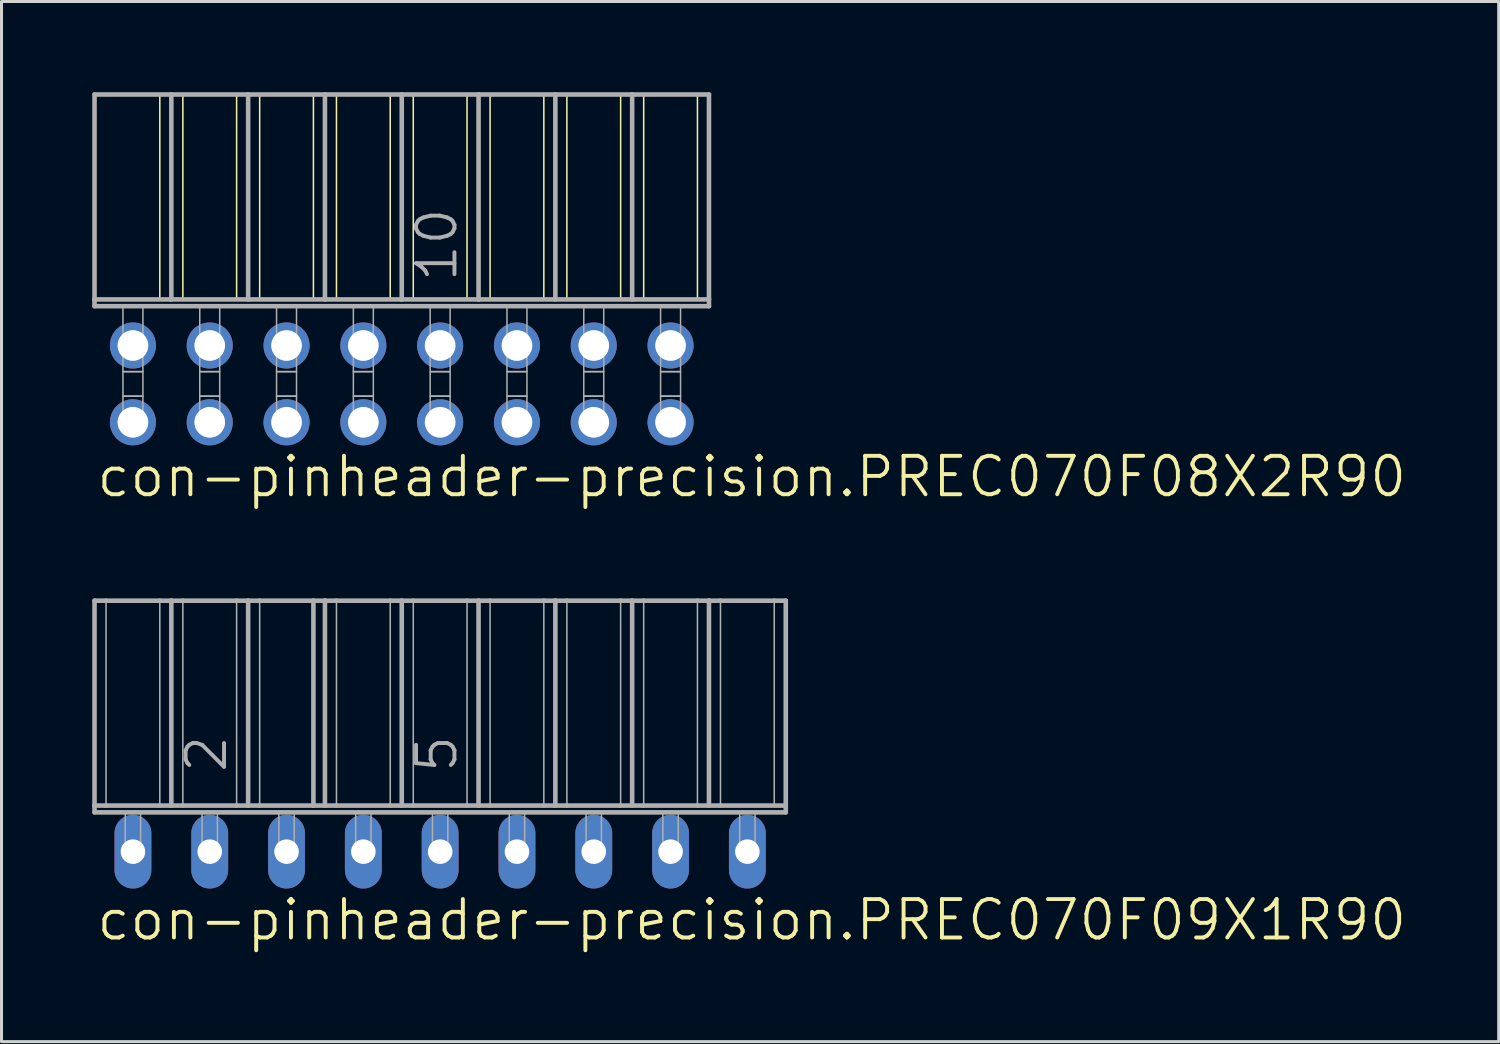
<source format=kicad_pcb>
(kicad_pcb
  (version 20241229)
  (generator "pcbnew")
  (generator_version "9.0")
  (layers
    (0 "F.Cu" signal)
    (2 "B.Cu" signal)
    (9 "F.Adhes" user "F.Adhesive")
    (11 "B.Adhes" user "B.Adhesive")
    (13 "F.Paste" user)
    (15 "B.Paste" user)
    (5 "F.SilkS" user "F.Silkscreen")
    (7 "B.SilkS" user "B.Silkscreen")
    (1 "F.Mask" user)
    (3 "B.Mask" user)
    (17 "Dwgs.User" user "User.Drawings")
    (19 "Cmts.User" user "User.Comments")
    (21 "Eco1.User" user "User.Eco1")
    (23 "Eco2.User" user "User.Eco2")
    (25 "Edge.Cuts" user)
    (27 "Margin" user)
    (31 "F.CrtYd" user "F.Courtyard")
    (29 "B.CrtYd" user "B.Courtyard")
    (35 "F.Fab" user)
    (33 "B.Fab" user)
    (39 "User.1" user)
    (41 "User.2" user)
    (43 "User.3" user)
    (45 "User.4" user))
  (footprint "con-pinheader-precision.PREC070F09X1R90"
    (layer "F.Cu")
    (at 11.506 25.115)
    (property "Reference" "con-pinheader-precision.PREC070F09X1R90" (at -11.43 3 0) (layer "F.SilkS") (effects (font (size 1.27 1.27) (thickness 0.13)) (justify left bottom)))
    (attr through_hole)
    (fp_line (start -11.43 -8.3) (end -11.43 -1.524) (stroke (width 0.152) (type default)) (layer "F.Fab"))
    (fp_line (start -11.43 -8.3) (end -11.049 -8.3) (stroke (width 0.152) (type default)) (layer "F.Fab"))
    (fp_line (start -11.43 -1.524) (end -11.049 -1.524) (stroke (width 0.152) (type default)) (layer "F.Fab"))
    (fp_line (start -11.43 -1.3) (end -11.43 -1.524) (stroke (width 0.152) (type default)) (layer "F.Fab"))
    (fp_line (start -11.43 -1.3) (end 11.43 -1.3) (stroke (width 0.152) (type default)) (layer "F.Fab"))
    (fp_line (start -11.049 -8.3) (end -11.049 -1.524) (stroke (width 0.051) (type default)) (layer "F.Fab"))
    (fp_line (start -11.049 -8.3) (end -9.271 -8.3) (stroke (width 0.152) (type default)) (layer "F.Fab"))
    (fp_line (start -11.049 -1.524) (end -9.271 -1.524) (stroke (width 0.152) (type default)) (layer "F.Fab"))
    (fp_line (start -9.271 -8.3) (end -9.271 -1.524) (stroke (width 0.051) (type default)) (layer "F.Fab"))
    (fp_line (start -9.271 -8.3) (end -8.89 -8.3) (stroke (width 0.152) (type default)) (layer "F.Fab"))
    (fp_line (start -9.271 -1.524) (end -8.89 -1.524) (stroke (width 0.152) (type default)) (layer "F.Fab"))
    (fp_line (start -8.89 -8.3) (end -8.509 -8.3) (stroke (width 0.152) (type default)) (layer "F.Fab"))
    (fp_line (start -8.89 -1.524) (end -8.89 -8.3) (stroke (width 0.152) (type default)) (layer "F.Fab"))
    (fp_line (start -8.89 -1.524) (end -8.509 -1.524) (stroke (width 0.152) (type default)) (layer "F.Fab"))
    (fp_line (start -8.509 -8.3) (end -8.509 -1.524) (stroke (width 0.051) (type default)) (layer "F.Fab"))
    (fp_line (start -8.509 -8.3) (end -6.731 -8.3) (stroke (width 0.152) (type default)) (layer "F.Fab"))
    (fp_line (start -8.509 -1.524) (end -6.731 -1.524) (stroke (width 0.152) (type default)) (layer "F.Fab"))
    (fp_line (start -6.731 -8.3) (end -6.731 -1.524) (stroke (width 0.051) (type default)) (layer "F.Fab"))
    (fp_line (start -6.731 -8.3) (end -6.35 -8.3) (stroke (width 0.152) (type default)) (layer "F.Fab"))
    (fp_line (start -6.731 -1.524) (end -6.35 -1.524) (stroke (width 0.152) (type default)) (layer "F.Fab"))
    (fp_line (start -6.35 -8.3) (end -6.35 -1.524) (stroke (width 0.152) (type default)) (layer "F.Fab"))
    (fp_line (start -6.35 -8.3) (end -5.969 -8.3) (stroke (width 0.152) (type default)) (layer "F.Fab"))
    (fp_line (start -6.35 -1.524) (end -5.969 -1.524) (stroke (width 0.152) (type default)) (layer "F.Fab"))
    (fp_line (start -5.969 -8.3) (end -5.969 -1.524) (stroke (width 0.051) (type default)) (layer "F.Fab"))
    (fp_line (start -5.969 -8.3) (end -4.191 -8.3) (stroke (width 0.152) (type default)) (layer "F.Fab"))
    (fp_line (start -5.969 -1.524) (end -4.191 -1.524) (stroke (width 0.152) (type default)) (layer "F.Fab"))
    (fp_line (start -4.191 -8.3) (end -4.191 -1.524) (stroke (width 0.152) (type default)) (layer "F.Fab"))
    (fp_line (start -4.191 -8.3) (end -3.81 -8.3) (stroke (width 0.152) (type default)) (layer "F.Fab"))
    (fp_line (start -4.191 -1.524) (end -3.81 -1.524) (stroke (width 0.152) (type default)) (layer "F.Fab"))
    (fp_line (start -3.81 -8.3) (end -3.81 -1.524) (stroke (width 0.152) (type default)) (layer "F.Fab"))
    (fp_line (start -3.81 -8.3) (end -3.429 -8.3) (stroke (width 0.152) (type default)) (layer "F.Fab"))
    (fp_line (start -3.81 -1.524) (end -3.429 -1.524) (stroke (width 0.152) (type default)) (layer "F.Fab"))
    (fp_line (start -3.429 -8.3) (end -3.429 -1.524) (stroke (width 0.051) (type default)) (layer "F.Fab"))
    (fp_line (start -3.429 -8.3) (end -1.651 -8.3) (stroke (width 0.152) (type default)) (layer "F.Fab"))
    (fp_line (start -3.429 -1.524) (end -1.651 -1.524) (stroke (width 0.152) (type default)) (layer "F.Fab"))
    (fp_line (start -1.651 -8.3) (end -1.651 -1.524) (stroke (width 0.051) (type default)) (layer "F.Fab"))
    (fp_line (start -1.651 -8.3) (end -1.27 -8.3) (stroke (width 0.152) (type default)) (layer "F.Fab"))
    (fp_line (start -1.651 -1.524) (end -1.27 -1.524) (stroke (width 0.152) (type default)) (layer "F.Fab"))
    (fp_line (start -1.27 -8.3) (end -1.27 -1.524) (stroke (width 0.152) (type default)) (layer "F.Fab"))
    (fp_line (start -1.27 -8.3) (end -0.889 -8.3) (stroke (width 0.152) (type default)) (layer "F.Fab"))
    (fp_line (start -1.27 -1.524) (end -0.889 -1.524) (stroke (width 0.152) (type default)) (layer "F.Fab"))
    (fp_line (start -0.889 -8.3) (end -0.889 -1.524) (stroke (width 0.051) (type default)) (layer "F.Fab"))
    (fp_line (start -0.889 -8.3) (end 0.889 -8.3) (stroke (width 0.152) (type default)) (layer "F.Fab"))
    (fp_line (start -0.889 -1.524) (end 0.889 -1.524) (stroke (width 0.152) (type default)) (layer "F.Fab"))
    (fp_line (start 0.889 -8.3) (end 0.889 -1.524) (stroke (width 0.051) (type default)) (layer "F.Fab"))
    (fp_line (start 0.889 -8.3) (end 1.27 -8.3) (stroke (width 0.152) (type default)) (layer "F.Fab"))
    (fp_line (start 0.889 -1.524) (end 1.27 -1.524) (stroke (width 0.152) (type default)) (layer "F.Fab"))
    (fp_line (start 1.27 -8.3) (end 1.27 -1.524) (stroke (width 0.152) (type default)) (layer "F.Fab"))
    (fp_line (start 1.27 -8.3) (end 1.651 -8.3) (stroke (width 0.152) (type default)) (layer "F.Fab"))
    (fp_line (start 1.27 -1.524) (end 1.651 -1.524) (stroke (width 0.152) (type default)) (layer "F.Fab"))
    (fp_line (start 1.651 -8.3) (end 1.651 -1.524) (stroke (width 0.051) (type default)) (layer "F.Fab"))
    (fp_line (start 1.651 -8.3) (end 3.429 -8.3) (stroke (width 0.152) (type default)) (layer "F.Fab"))
    (fp_line (start 1.651 -1.524) (end 3.429 -1.524) (stroke (width 0.152) (type default)) (layer "F.Fab"))
    (fp_line (start 3.429 -8.3) (end 3.429 -1.524) (stroke (width 0.051) (type default)) (layer "F.Fab"))
    (fp_line (start 3.429 -8.3) (end 3.81 -8.3) (stroke (width 0.152) (type default)) (layer "F.Fab"))
    (fp_line (start 3.429 -1.524) (end 3.81 -1.524) (stroke (width 0.152) (type default)) (layer "F.Fab"))
    (fp_line (start 3.81 -8.3) (end 3.81 -1.524) (stroke (width 0.152) (type default)) (layer "F.Fab"))
    (fp_line (start 3.81 -8.3) (end 4.191 -8.3) (stroke (width 0.152) (type default)) (layer "F.Fab"))
    (fp_line (start 3.81 -1.524) (end 4.191 -1.524) (stroke (width 0.152) (type default)) (layer "F.Fab"))
    (fp_line (start 4.191 -8.3) (end 4.191 -1.524) (stroke (width 0.051) (type default)) (layer "F.Fab"))
    (fp_line (start 4.191 -8.3) (end 5.969 -8.3) (stroke (width 0.152) (type default)) (layer "F.Fab"))
    (fp_line (start 4.191 -1.524) (end 5.969 -1.524) (stroke (width 0.152) (type default)) (layer "F.Fab"))
    (fp_line (start 5.969 -8.3) (end 5.969 -1.524) (stroke (width 0.051) (type default)) (layer "F.Fab"))
    (fp_line (start 5.969 -8.3) (end 6.35 -8.3) (stroke (width 0.152) (type default)) (layer "F.Fab"))
    (fp_line (start 5.969 -1.524) (end 6.35 -1.524) (stroke (width 0.152) (type default)) (layer "F.Fab"))
    (fp_line (start 6.35 -8.3) (end 6.35 -1.524) (stroke (width 0.152) (type default)) (layer "F.Fab"))
    (fp_line (start 6.35 -8.3) (end 6.731 -8.3) (stroke (width 0.152) (type default)) (layer "F.Fab"))
    (fp_line (start 6.35 -1.524) (end 6.731 -1.524) (stroke (width 0.152) (type default)) (layer "F.Fab"))
    (fp_line (start 6.731 -8.3) (end 6.731 -1.524) (stroke (width 0.051) (type default)) (layer "F.Fab"))
    (fp_line (start 6.731 -8.3) (end 8.509 -8.3) (stroke (width 0.152) (type default)) (layer "F.Fab"))
    (fp_line (start 6.731 -1.524) (end 8.509 -1.524) (stroke (width 0.152) (type default)) (layer "F.Fab"))
    (fp_line (start 8.509 -8.3) (end 8.509 -1.524) (stroke (width 0.051) (type default)) (layer "F.Fab"))
    (fp_line (start 8.509 -8.3) (end 8.89 -8.3) (stroke (width 0.152) (type default)) (layer "F.Fab"))
    (fp_line (start 8.509 -1.524) (end 8.89 -1.524) (stroke (width 0.152) (type default)) (layer "F.Fab"))
    (fp_line (start 8.89 -8.3) (end 8.89 -1.524) (stroke (width 0.152) (type default)) (layer "F.Fab"))
    (fp_line (start 8.89 -8.3) (end 9.271 -8.3) (stroke (width 0.152) (type default)) (layer "F.Fab"))
    (fp_line (start 8.89 -1.524) (end 9.271 -1.524) (stroke (width 0.152) (type default)) (layer "F.Fab"))
    (fp_line (start 9.271 -8.3) (end 9.271 -1.524) (stroke (width 0.051) (type default)) (layer "F.Fab"))
    (fp_line (start 9.271 -8.3) (end 11.049 -8.3) (stroke (width 0.152) (type default)) (layer "F.Fab"))
    (fp_line (start 9.271 -1.524) (end 11.43 -1.524) (stroke (width 0.152) (type default)) (layer "F.Fab"))
    (fp_line (start 11.049 -8.3) (end 11.049 -1.524) (stroke (width 0.051) (type default)) (layer "F.Fab"))
    (fp_line (start 11.049 -8.3) (end 11.43 -8.3) (stroke (width 0.152) (type default)) (layer "F.Fab"))
    (fp_line (start 11.43 -8.3) (end 11.43 -1.524) (stroke (width 0.152) (type default)) (layer "F.Fab"))
    (fp_line (start 11.43 -1.524) (end 11.43 -1.3) (stroke (width 0.152) (type default)) (layer "F.Fab"))
    (fp_rect (start -10.414 0) (end -9.906 -1.3) (stroke (width 0.05) (type default)) (fill no) (layer "F.Fab"))
    (fp_rect (start -7.874 0) (end -7.366 -1.3) (stroke (width 0.05) (type default)) (fill no) (layer "F.Fab"))
    (fp_rect (start -5.334 0) (end -4.826 -1.3) (stroke (width 0.05) (type default)) (fill no) (layer "F.Fab"))
    (fp_rect (start -2.794 0) (end -2.286 -1.3) (stroke (width 0.05) (type default)) (fill no) (layer "F.Fab"))
    (fp_rect (start -0.254 0) (end 0.254 -1.3) (stroke (width 0.05) (type default)) (fill no) (layer "F.Fab"))
    (fp_rect (start 2.286 0) (end 2.794 -1.3) (stroke (width 0.05) (type default)) (fill no) (layer "F.Fab"))
    (fp_rect (start 4.826 0) (end 5.334 -1.3) (stroke (width 0.05) (type default)) (fill no) (layer "F.Fab"))
    (fp_rect (start 7.366 0) (end 7.874 -1.3) (stroke (width 0.05) (type default)) (fill no) (layer "F.Fab"))
    (fp_rect (start 9.906 0) (end 10.414 -1.3) (stroke (width 0.05) (type default)) (fill no) (layer "F.Fab"))
    (fp_text user "2" (at -6.985 -2.54 90) (layer "F.Fab") (effects (font (size 1.27 1.27) (thickness 0.13)) (justify left bottom)))
    (fp_text user "5" (at 0.635 -2.54 90) (layer "F.Fab") (effects (font (size 1.27 1.27) (thickness 0.13)) (justify left bottom)))
    (pad "1" thru_hole oval (at -10.16 0 90) (size 2.438 1.219) (drill 0.813) (layers "*.Cu" "*.Mask"))
    (pad "2" thru_hole oval (at -7.62 0 90) (size 2.438 1.219) (drill 0.813) (layers "*.Cu" "*.Mask"))
    (pad "3" thru_hole oval (at -5.08 0 90) (size 2.438 1.219) (drill 0.813) (layers "*.Cu" "*.Mask"))
    (pad "4" thru_hole oval (at -2.54 0 90) (size 2.438 1.219) (drill 0.813) (layers "*.Cu" "*.Mask"))
    (pad "5" thru_hole oval (at 0 0 90) (size 2.438 1.219) (drill 0.813) (layers "*.Cu" "*.Mask"))
    (pad "6" thru_hole oval (at 2.54 0 90) (size 2.438 1.219) (drill 0.813) (layers "*.Cu" "*.Mask"))
    (pad "7" thru_hole oval (at 5.08 0 90) (size 2.438 1.219) (drill 0.813) (layers "*.Cu" "*.Mask"))
    (pad "8" thru_hole oval (at 7.62 0 90) (size 2.438 1.219) (drill 0.813) (layers "*.Cu" "*.Mask"))
    (pad "9" thru_hole oval (at 10.16 0 90) (size 2.438 1.219) (drill 0.813) (layers "*.Cu" "*.Mask")))
  (footprint "con-pinheader-precision.PREC070F08X2R90"
    (layer "F.Cu")
    (at 10.236 9.646)
    (property "Reference" "con-pinheader-precision.PREC070F08X2R90" (at -10.16 3.81 0) (layer "F.SilkS") (effects (font (size 1.27 1.27) (thickness 0.13)) (justify left bottom)))
    (attr through_hole)
    (fp_line (start -8.001 -9.57) (end -8.001 -2.794) (stroke (width 0.051) (type default)) (layer "F.SilkS"))
    (fp_line (start -7.239 -9.57) (end -7.239 -2.794) (stroke (width 0.051) (type default)) (layer "F.SilkS"))
    (fp_line (start -5.461 -9.57) (end -5.461 -2.794) (stroke (width 0.051) (type default)) (layer "F.SilkS"))
    (fp_line (start -4.699 -9.57) (end -4.699 -2.794) (stroke (width 0.051) (type default)) (layer "F.SilkS"))
    (fp_line (start -2.921 -9.57) (end -2.921 -2.794) (stroke (width 0.051) (type default)) (layer "F.SilkS"))
    (fp_line (start -2.159 -9.57) (end -2.159 -2.794) (stroke (width 0.051) (type default)) (layer "F.SilkS"))
    (fp_line (start -0.381 -9.57) (end -0.381 -2.794) (stroke (width 0.051) (type default)) (layer "F.SilkS"))
    (fp_line (start 0.381 -9.57) (end 0.381 -2.794) (stroke (width 0.051) (type default)) (layer "F.SilkS"))
    (fp_line (start 2.159 -9.57) (end 2.159 -2.794) (stroke (width 0.051) (type default)) (layer "F.SilkS"))
    (fp_line (start 2.921 -9.57) (end 2.921 -2.794) (stroke (width 0.051) (type default)) (layer "F.SilkS"))
    (fp_line (start 4.699 -9.57) (end 4.699 -2.794) (stroke (width 0.051) (type default)) (layer "F.SilkS"))
    (fp_line (start 5.461 -9.57) (end 5.461 -2.794) (stroke (width 0.051) (type default)) (layer "F.SilkS"))
    (fp_line (start 7.239 -9.57) (end 7.239 -2.794) (stroke (width 0.051) (type default)) (layer "F.SilkS"))
    (fp_line (start 8.001 -9.57) (end 8.001 -2.794) (stroke (width 0.051) (type default)) (layer "F.SilkS"))
    (fp_line (start 9.779 -9.57) (end 9.779 -2.794) (stroke (width 0.051) (type default)) (layer "F.SilkS"))
    (fp_line (start -10.16 -9.57) (end -7.62 -9.57) (stroke (width 0.152) (type default)) (layer "F.Fab"))
    (fp_line (start -10.16 -2.794) (end -10.16 -9.57) (stroke (width 0.152) (type default)) (layer "F.Fab"))
    (fp_line (start -10.16 -2.57) (end -10.16 -2.794) (stroke (width 0.152) (type default)) (layer "F.Fab"))
    (fp_line (start -10.16 -2.57) (end 10.16 -2.57) (stroke (width 0.152) (type default)) (layer "F.Fab"))
    (fp_line (start -7.62 -9.57) (end -5.08 -9.57) (stroke (width 0.152) (type default)) (layer "F.Fab"))
    (fp_line (start -7.62 -2.794) (end -10.16 -2.794) (stroke (width 0.152) (type default)) (layer "F.Fab"))
    (fp_line (start -7.62 -2.794) (end -7.62 -9.57) (stroke (width 0.152) (type default)) (layer "F.Fab"))
    (fp_line (start -7.62 -2.794) (end -5.08 -2.794) (stroke (width 0.152) (type default)) (layer "F.Fab"))
    (fp_line (start -5.08 -9.57) (end -2.54 -9.57) (stroke (width 0.152) (type default)) (layer "F.Fab"))
    (fp_line (start -5.08 -2.794) (end -5.08 -9.57) (stroke (width 0.152) (type default)) (layer "F.Fab"))
    (fp_line (start -2.54 -9.57) (end 0 -9.57) (stroke (width 0.152) (type default)) (layer "F.Fab"))
    (fp_line (start -2.54 -2.794) (end -5.08 -2.794) (stroke (width 0.152) (type default)) (layer "F.Fab"))
    (fp_line (start -2.54 -2.794) (end -2.54 -9.57) (stroke (width 0.152) (type default)) (layer "F.Fab"))
    (fp_line (start 0 -9.57) (end 2.54 -9.57) (stroke (width 0.152) (type default)) (layer "F.Fab"))
    (fp_line (start 0 -2.794) (end -2.54 -2.794) (stroke (width 0.152) (type default)) (layer "F.Fab"))
    (fp_line (start 0 -2.794) (end 0 -9.57) (stroke (width 0.152) (type default)) (layer "F.Fab"))
    (fp_line (start 2.54 -9.57) (end 5.08 -9.57) (stroke (width 0.152) (type default)) (layer "F.Fab"))
    (fp_line (start 2.54 -2.794) (end 0 -2.794) (stroke (width 0.152) (type default)) (layer "F.Fab"))
    (fp_line (start 2.54 -2.794) (end 2.54 -9.57) (stroke (width 0.152) (type default)) (layer "F.Fab"))
    (fp_line (start 5.08 -9.57) (end 7.62 -9.57) (stroke (width 0.152) (type default)) (layer "F.Fab"))
    (fp_line (start 5.08 -2.794) (end 2.54 -2.794) (stroke (width 0.152) (type default)) (layer "F.Fab"))
    (fp_line (start 5.08 -2.794) (end 5.08 -9.57) (stroke (width 0.152) (type default)) (layer "F.Fab"))
    (fp_line (start 5.08 -2.794) (end 7.62 -2.794) (stroke (width 0.152) (type default)) (layer "F.Fab"))
    (fp_line (start 7.62 -9.57) (end 10.16 -9.57) (stroke (width 0.152) (type default)) (layer "F.Fab"))
    (fp_line (start 7.62 -2.794) (end 7.62 -9.57) (stroke (width 0.152) (type default)) (layer "F.Fab"))
    (fp_line (start 10.16 -2.794) (end 7.62 -2.794) (stroke (width 0.152) (type default)) (layer "F.Fab"))
    (fp_line (start 10.16 -2.794) (end 10.16 -9.57) (stroke (width 0.152) (type default)) (layer "F.Fab"))
    (fp_line (start 10.16 -2.57) (end 10.16 -2.794) (stroke (width 0.152) (type default)) (layer "F.Fab"))
    (fp_rect (start -9.22 -0.406) (end -8.56 -2.57) (stroke (width 0.05) (type default)) (fill no) (layer "F.Fab"))
    (fp_rect (start -9.22 0.406) (end -8.56 -0.406) (stroke (width 0.05) (type default)) (fill no) (layer "F.Fab"))
    (fp_rect (start -9.22 1.575) (end -8.56 0.406) (stroke (width 0.05) (type default)) (fill no) (layer "F.Fab"))
    (fp_rect (start -6.68 -0.406) (end -6.02 -2.57) (stroke (width 0.05) (type default)) (fill no) (layer "F.Fab"))
    (fp_rect (start -6.68 0.406) (end -6.02 -0.406) (stroke (width 0.05) (type default)) (fill no) (layer "F.Fab"))
    (fp_rect (start -6.68 1.575) (end -6.02 0.406) (stroke (width 0.05) (type default)) (fill no) (layer "F.Fab"))
    (fp_rect (start -4.14 -0.406) (end -3.48 -2.57) (stroke (width 0.05) (type default)) (fill no) (layer "F.Fab"))
    (fp_rect (start -4.14 0.406) (end -3.48 -0.406) (stroke (width 0.05) (type default)) (fill no) (layer "F.Fab"))
    (fp_rect (start -4.14 1.575) (end -3.48 0.406) (stroke (width 0.05) (type default)) (fill no) (layer "F.Fab"))
    (fp_rect (start -1.6 -0.406) (end -0.94 -2.57) (stroke (width 0.05) (type default)) (fill no) (layer "F.Fab"))
    (fp_rect (start -1.6 0.406) (end -0.94 -0.406) (stroke (width 0.05) (type default)) (fill no) (layer "F.Fab"))
    (fp_rect (start -1.6 1.575) (end -0.94 0.406) (stroke (width 0.05) (type default)) (fill no) (layer "F.Fab"))
    (fp_rect (start 0.94 -0.406) (end 1.6 -2.57) (stroke (width 0.05) (type default)) (fill no) (layer "F.Fab"))
    (fp_rect (start 0.94 0.406) (end 1.6 -0.406) (stroke (width 0.05) (type default)) (fill no) (layer "F.Fab"))
    (fp_rect (start 0.94 1.575) (end 1.6 0.406) (stroke (width 0.05) (type default)) (fill no) (layer "F.Fab"))
    (fp_rect (start 3.48 -0.406) (end 4.14 -2.57) (stroke (width 0.05) (type default)) (fill no) (layer "F.Fab"))
    (fp_rect (start 3.48 0.406) (end 4.14 -0.406) (stroke (width 0.05) (type default)) (fill no) (layer "F.Fab"))
    (fp_rect (start 3.48 1.575) (end 4.14 0.406) (stroke (width 0.05) (type default)) (fill no) (layer "F.Fab"))
    (fp_rect (start 6.02 -0.406) (end 6.68 -2.57) (stroke (width 0.05) (type default)) (fill no) (layer "F.Fab"))
    (fp_rect (start 6.02 0.406) (end 6.68 -0.406) (stroke (width 0.05) (type default)) (fill no) (layer "F.Fab"))
    (fp_rect (start 6.02 1.575) (end 6.68 0.406) (stroke (width 0.05) (type default)) (fill no) (layer "F.Fab"))
    (fp_rect (start 8.56 -0.406) (end 9.22 -2.57) (stroke (width 0.05) (type default)) (fill no) (layer "F.Fab"))
    (fp_rect (start 8.56 0.406) (end 9.22 -0.406) (stroke (width 0.05) (type default)) (fill no) (layer "F.Fab"))
    (fp_rect (start 8.56 1.575) (end 9.22 0.406) (stroke (width 0.05) (type default)) (fill no) (layer "F.Fab"))
    (fp_text user "10" (at 1.905 -3.302 90) (layer "F.Fab") (effects (font (size 1.27 1.27) (thickness 0.13)) (justify left bottom)))
    (pad "1" thru_hole circle (at -8.89 -1.27 180) (size 1.524 1.524) (drill 1.016) (layers "*.Cu" "*.Mask"))
    (pad "2" thru_hole circle (at -8.89 1.27 180) (size 1.524 1.524) (drill 1.016) (layers "*.Cu" "*.Mask"))
    (pad "3" thru_hole circle (at -6.35 -1.27 180) (size 1.524 1.524) (drill 1.016) (layers "*.Cu" "*.Mask"))
    (pad "4" thru_hole circle (at -6.35 1.27 180) (size 1.524 1.524) (drill 1.016) (layers "*.Cu" "*.Mask"))
    (pad "5" thru_hole circle (at -3.81 -1.27 180) (size 1.524 1.524) (drill 1.016) (layers "*.Cu" "*.Mask"))
    (pad "6" thru_hole circle (at -3.81 1.27 180) (size 1.524 1.524) (drill 1.016) (layers "*.Cu" "*.Mask"))
    (pad "7" thru_hole circle (at -1.27 -1.27 180) (size 1.524 1.524) (drill 1.016) (layers "*.Cu" "*.Mask"))
    (pad "8" thru_hole circle (at -1.27 1.27 180) (size 1.524 1.524) (drill 1.016) (layers "*.Cu" "*.Mask"))
    (pad "9" thru_hole circle (at 1.27 -1.27 180) (size 1.524 1.524) (drill 1.016) (layers "*.Cu" "*.Mask"))
    (pad "10" thru_hole circle (at 1.27 1.27 180) (size 1.524 1.524) (drill 1.016) (layers "*.Cu" "*.Mask"))
    (pad "11" thru_hole circle (at 3.81 -1.27 180) (size 1.524 1.524) (drill 1.016) (layers "*.Cu" "*.Mask"))
    (pad "12" thru_hole circle (at 3.81 1.27 180) (size 1.524 1.524) (drill 1.016) (layers "*.Cu" "*.Mask"))
    (pad "13" thru_hole circle (at 6.35 -1.27 180) (size 1.524 1.524) (drill 1.016) (layers "*.Cu" "*.Mask"))
    (pad "14" thru_hole circle (at 6.35 1.27 180) (size 1.524 1.524) (drill 1.016) (layers "*.Cu" "*.Mask"))
    (pad "15" thru_hole circle (at 8.89 -1.27 180) (size 1.524 1.524) (drill 1.016) (layers "*.Cu" "*.Mask"))
    (pad "16" thru_hole circle (at 8.89 1.27 180) (size 1.524 1.524) (drill 1.016) (layers "*.Cu" "*.Mask")))
  (gr_rect
    (start -3 -3)
    (end 46.513 31.397)
    (stroke (width 0.1) (type default))
    (fill no)
    (layer "Edge.Cuts")))
</source>
